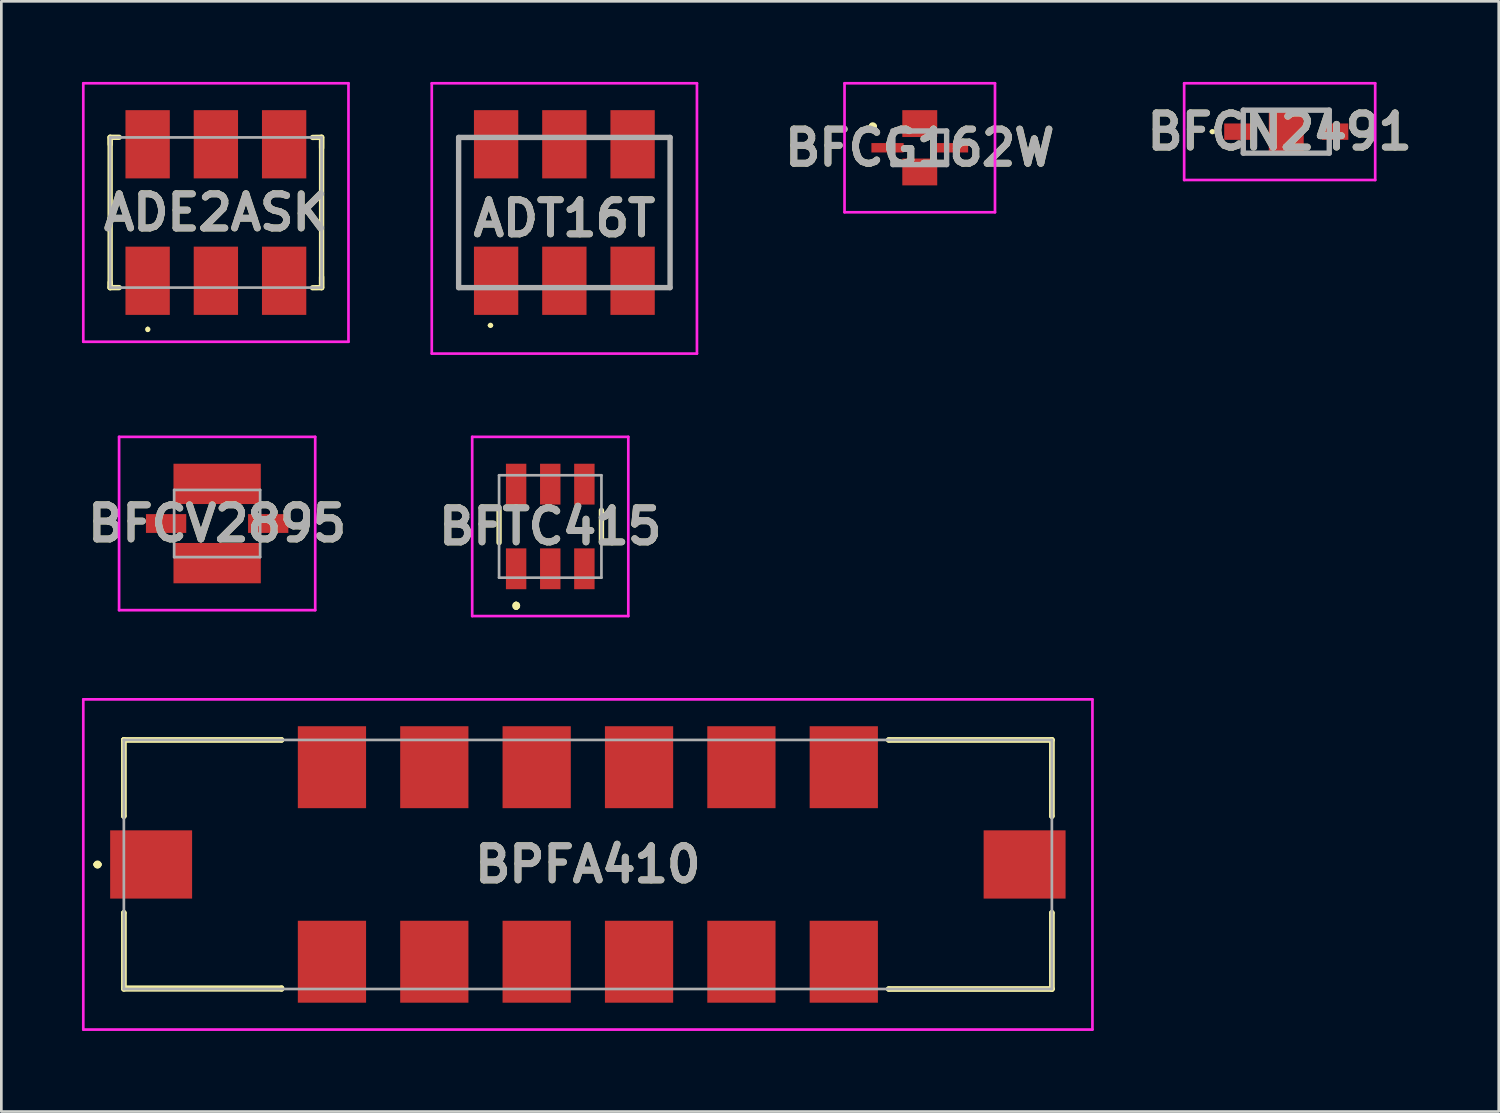
<source format=kicad_pcb>
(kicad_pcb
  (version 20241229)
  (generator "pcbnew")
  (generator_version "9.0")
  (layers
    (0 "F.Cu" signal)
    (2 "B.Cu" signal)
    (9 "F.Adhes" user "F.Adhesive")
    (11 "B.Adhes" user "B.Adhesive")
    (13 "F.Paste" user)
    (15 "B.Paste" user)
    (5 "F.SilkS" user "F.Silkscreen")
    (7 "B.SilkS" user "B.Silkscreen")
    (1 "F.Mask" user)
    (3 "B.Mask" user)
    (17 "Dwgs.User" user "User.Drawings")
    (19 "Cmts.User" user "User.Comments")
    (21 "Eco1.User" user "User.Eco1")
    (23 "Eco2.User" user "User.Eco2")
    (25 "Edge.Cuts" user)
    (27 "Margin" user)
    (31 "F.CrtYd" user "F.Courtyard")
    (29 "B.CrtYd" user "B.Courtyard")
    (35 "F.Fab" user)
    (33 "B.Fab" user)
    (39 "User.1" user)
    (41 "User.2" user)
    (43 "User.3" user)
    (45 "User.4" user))
  (footprint "BFCV2895"
    (layer "F.Cu")
    (at 5.032 16.435)
    (property "Reference" "BFCV2895" (at 0 0 0) (layer "F.SilkS") (effects (font (size 1.27 1.27) (thickness 0.254))))
    (attr smd)
    (fp_line (start -3.2 0) (end -3.2 0) (stroke (width 0.1) (type solid)) (layer "F.SilkS"))
    (fp_line (start -3.1 0) (end -3.1 0) (stroke (width 0.1) (type solid)) (layer "F.SilkS"))
    (fp_arc (start -3.2 0) (mid -3.15 -0.05) (end -3.1 0) (stroke (width 0.1) (type solid)) (layer "F.SilkS"))
    (fp_arc (start -3.1 0) (mid -3.15 0.05) (end -3.2 0) (stroke (width 0.1) (type solid)) (layer "F.SilkS"))
    (fp_line (start -3.65 -3.225) (end 3.65 -3.225) (stroke (width 0.1) (type solid)) (layer "F.CrtYd"))
    (fp_line (start -3.65 3.225) (end -3.65 -3.225) (stroke (width 0.1) (type solid)) (layer "F.CrtYd"))
    (fp_line (start 3.65 -3.225) (end 3.65 3.225) (stroke (width 0.1) (type solid)) (layer "F.CrtYd"))
    (fp_line (start 3.65 3.225) (end -3.65 3.225) (stroke (width 0.1) (type solid)) (layer "F.CrtYd"))
    (fp_line (start -1.6 -1.25) (end 1.6 -1.25) (stroke (width 0.1) (type solid)) (layer "F.Fab"))
    (fp_line (start -1.6 1.25) (end -1.6 -1.25) (stroke (width 0.1) (type solid)) (layer "F.Fab"))
    (fp_line (start 1.6 -1.25) (end 1.6 1.25) (stroke (width 0.1) (type solid)) (layer "F.Fab"))
    (fp_line (start 1.6 1.25) (end -1.6 1.25) (stroke (width 0.1) (type solid)) (layer "F.Fab"))
    (fp_text user "${REFERENCE}" (at 0 0 0) (layer "F.Fab") (effects (font (size 1.27 1.27) (thickness 0.254))))
    (pad "1" smd rect (at -1.9 0 90) (size 0.7 1.5) (layers "F.Cu" "F.Mask" "F.Paste"))
    (pad "2" smd rect (at 0 1.475 90) (size 1.5 3.25) (layers "F.Cu" "F.Mask" "F.Paste"))
    (pad "3" smd rect (at 1.9 0 90) (size 0.7 1.5) (layers "F.Cu" "F.Mask" "F.Paste"))
    (pad "4" smd rect (at 0 -1.475 90) (size 1.5 3.25) (layers "F.Cu" "F.Mask" "F.Paste")))
  (footprint "ADT16T"
    (layer "F.Cu")
    (at 17.955 4.86)
    (property "Reference" "ADT16T" (at 0 0.22 0) (layer "F.SilkS") (effects (font (size 1.27 1.27) (thickness 0.254))))
    (attr smd)
    (fp_line (start -3.935 -2.8) (end -3.935 2.8) (stroke (width 0.1) (type solid)) (layer "F.SilkS"))
    (fp_line (start -3.935 2.8) (end -3.6 2.8) (stroke (width 0.1) (type solid)) (layer "F.SilkS"))
    (fp_line (start -3.6 -2.8) (end -3.935 -2.8) (stroke (width 0.1) (type solid)) (layer "F.SilkS"))
    (fp_line (start -2.8 4.2) (end -2.8 4.2) (stroke (width 0.1) (type solid)) (layer "F.SilkS"))
    (fp_line (start -2.7 4.2) (end -2.7 4.2) (stroke (width 0.1) (type solid)) (layer "F.SilkS"))
    (fp_line (start 3.6 -2.8) (end 3.935 -2.8) (stroke (width 0.1) (type solid)) (layer "F.SilkS"))
    (fp_line (start 3.935 -2.8) (end 3.935 2.8) (stroke (width 0.1) (type solid)) (layer "F.SilkS"))
    (fp_line (start 3.935 2.8) (end 3.6 2.8) (stroke (width 0.1) (type solid)) (layer "F.SilkS"))
    (fp_arc (start -2.8 4.2) (mid -2.75 4.15) (end -2.7 4.2) (stroke (width 0.1) (type solid)) (layer "F.SilkS"))
    (fp_arc (start -2.7 4.2) (mid -2.75 4.25) (end -2.8 4.2) (stroke (width 0.1) (type solid)) (layer "F.SilkS"))
    (fp_line (start -4.935 -4.81) (end 4.935 -4.81) (stroke (width 0.1) (type solid)) (layer "F.CrtYd"))
    (fp_line (start -4.935 5.25) (end -4.935 -4.81) (stroke (width 0.1) (type solid)) (layer "F.CrtYd"))
    (fp_line (start 4.935 -4.81) (end 4.935 5.25) (stroke (width 0.1) (type solid)) (layer "F.CrtYd"))
    (fp_line (start 4.935 5.25) (end -4.935 5.25) (stroke (width 0.1) (type solid)) (layer "F.CrtYd"))
    (fp_line (start -3.935 -2.795) (end 3.935 -2.795) (stroke (width 0.2) (type solid)) (layer "F.Fab"))
    (fp_line (start -3.935 2.795) (end -3.935 -2.795) (stroke (width 0.2) (type solid)) (layer "F.Fab"))
    (fp_line (start 3.935 -2.795) (end 3.935 2.795) (stroke (width 0.2) (type solid)) (layer "F.Fab"))
    (fp_line (start 3.935 2.795) (end -3.935 2.795) (stroke (width 0.2) (type solid)) (layer "F.Fab"))
    (fp_text user "${REFERENCE}" (at 0 0.22 0) (layer "F.Fab") (effects (font (size 1.27 1.27) (thickness 0.254))))
    (pad "1" smd rect (at -2.54 2.54) (size 1.65 2.54) (layers "F.Cu" "F.Mask" "F.Paste"))
    (pad "2" smd rect (at 0 2.54) (size 1.65 2.54) (layers "F.Cu" "F.Mask" "F.Paste"))
    (pad "3" smd rect (at 2.54 2.54) (size 1.65 2.54) (layers "F.Cu" "F.Mask" "F.Paste"))
    (pad "4" smd rect (at 2.54 -2.54) (size 1.65 2.54) (layers "F.Cu" "F.Mask" "F.Paste"))
    (pad "5" smd rect (at 0 -2.54) (size 1.65 2.54) (layers "F.Cu" "F.Mask" "F.Paste"))
    (pad "6" smd rect (at -2.54 -2.54) (size 1.65 2.54) (layers "F.Cu" "F.Mask" "F.Paste")))
  (footprint "BPFA410"
    (layer "F.Cu")
    (at 18.83 29.125)
    (property "Reference" "BPFA410" (at 0 0 0) (layer "F.SilkS") (effects (font (size 1.27 1.27) (thickness 0.254))))
    (attr smd)
    (fp_line (start -18.3 0) (end -18.3 0) (stroke (width 0.2) (type solid)) (layer "F.SilkS"))
    (fp_line (start -18.3 0) (end -18.3 0) (stroke (width 0.2) (type solid)) (layer "F.SilkS"))
    (fp_line (start -18.2 0) (end -18.2 0) (stroke (width 0.2) (type solid)) (layer "F.SilkS"))
    (fp_line (start -17.27 -4.635) (end -17.27 -4.635) (stroke (width 0.2) (type solid)) (layer "F.SilkS"))
    (fp_line (start -17.27 -4.635) (end -17.27 -4.635) (stroke (width 0.2) (type solid)) (layer "F.SilkS"))
    (fp_line (start -17.27 -4.635) (end -17.27 -1.8) (stroke (width 0.2) (type solid)) (layer "F.SilkS"))
    (fp_line (start -17.27 -4.635) (end -11.4 -4.635) (stroke (width 0.2) (type solid)) (layer "F.SilkS"))
    (fp_line (start -17.27 -1.8) (end -17.27 -4.635) (stroke (width 0.2) (type solid)) (layer "F.SilkS"))
    (fp_line (start -17.27 -1.8) (end -17.27 -1.8) (stroke (width 0.2) (type solid)) (layer "F.SilkS"))
    (fp_line (start -17.27 1.8) (end -17.27 1.8) (stroke (width 0.2) (type solid)) (layer "F.SilkS"))
    (fp_line (start -17.27 1.8) (end -17.27 4.6) (stroke (width 0.2) (type solid)) (layer "F.SilkS"))
    (fp_line (start -17.27 4.6) (end -17.27 1.8) (stroke (width 0.2) (type solid)) (layer "F.SilkS"))
    (fp_line (start -17.27 4.6) (end -17.27 4.6) (stroke (width 0.2) (type solid)) (layer "F.SilkS"))
    (fp_line (start -17.27 4.6) (end -11.4 4.6) (stroke (width 0.2) (type solid)) (layer "F.SilkS"))
    (fp_line (start -17.27 4.635) (end -17.27 4.6) (stroke (width 0.2) (type solid)) (layer "F.SilkS"))
    (fp_line (start -11.4 -4.635) (end -17.27 -4.635) (stroke (width 0.2) (type solid)) (layer "F.SilkS"))
    (fp_line (start -11.4 -4.635) (end -11.4 -4.635) (stroke (width 0.2) (type solid)) (layer "F.SilkS"))
    (fp_line (start -11.4 4.6) (end -11.4 4.635) (stroke (width 0.2) (type solid)) (layer "F.SilkS"))
    (fp_line (start -11.4 4.635) (end -17.27 4.635) (stroke (width 0.2) (type solid)) (layer "F.SilkS"))
    (fp_line (start 11.2 -4.635) (end 11.2 -4.635) (stroke (width 0.2) (type solid)) (layer "F.SilkS"))
    (fp_line (start 11.2 -4.635) (end 17.27 -4.635) (stroke (width 0.2) (type solid)) (layer "F.SilkS"))
    (fp_line (start 11.2 4.635) (end 11.2 4.635) (stroke (width 0.2) (type solid)) (layer "F.SilkS"))
    (fp_line (start 11.2 4.635) (end 17.27 4.635) (stroke (width 0.2) (type solid)) (layer "F.SilkS"))
    (fp_line (start 17.27 -4.635) (end 11.2 -4.635) (stroke (width 0.2) (type solid)) (layer "F.SilkS"))
    (fp_line (start 17.27 -4.635) (end 17.27 -4.635) (stroke (width 0.2) (type solid)) (layer "F.SilkS"))
    (fp_line (start 17.27 -4.635) (end 17.27 -4.635) (stroke (width 0.2) (type solid)) (layer "F.SilkS"))
    (fp_line (start 17.27 -4.635) (end 17.27 -1.8) (stroke (width 0.2) (type solid)) (layer "F.SilkS"))
    (fp_line (start 17.27 -1.8) (end 17.27 -4.635) (stroke (width 0.2) (type solid)) (layer "F.SilkS"))
    (fp_line (start 17.27 -1.8) (end 17.27 -1.8) (stroke (width 0.2) (type solid)) (layer "F.SilkS"))
    (fp_line (start 17.27 1.8) (end 17.27 1.8) (stroke (width 0.2) (type solid)) (layer "F.SilkS"))
    (fp_line (start 17.27 1.8) (end 17.27 4.635) (stroke (width 0.2) (type solid)) (layer "F.SilkS"))
    (fp_line (start 17.27 4.635) (end 11.2 4.635) (stroke (width 0.2) (type solid)) (layer "F.SilkS"))
    (fp_line (start 17.27 4.635) (end 17.27 1.8) (stroke (width 0.2) (type solid)) (layer "F.SilkS"))
    (fp_line (start 17.27 4.635) (end 17.27 4.635) (stroke (width 0.2) (type solid)) (layer "F.SilkS"))
    (fp_line (start 17.27 4.635) (end 17.27 4.635) (stroke (width 0.2) (type solid)) (layer "F.SilkS"))
    (fp_arc (start -18.3 0) (mid -18.25 -0.05) (end -18.2 0) (stroke (width 0.2) (type solid)) (layer "F.SilkS"))
    (fp_arc (start -18.2 0) (mid -18.25 0.05) (end -18.3 0) (stroke (width 0.2) (type solid)) (layer "F.SilkS"))
    (fp_arc (start -18.2 0) (mid -18.25 0.05) (end -18.3 0) (stroke (width 0.2) (type solid)) (layer "F.SilkS"))
    (fp_line (start -18.78 -6.145) (end 18.78 -6.145) (stroke (width 0.1) (type solid)) (layer "F.CrtYd"))
    (fp_line (start -18.78 6.145) (end -18.78 -6.145) (stroke (width 0.1) (type solid)) (layer "F.CrtYd"))
    (fp_line (start 18.78 -6.145) (end 18.78 6.145) (stroke (width 0.1) (type solid)) (layer "F.CrtYd"))
    (fp_line (start 18.78 6.145) (end -18.78 6.145) (stroke (width 0.1) (type solid)) (layer "F.CrtYd"))
    (fp_line (start -17.27 -4.635) (end -17.27 4.635) (stroke (width 0.1) (type solid)) (layer "F.Fab"))
    (fp_line (start -17.27 4.635) (end 17.27 4.635) (stroke (width 0.1) (type solid)) (layer "F.Fab"))
    (fp_line (start 17.27 -4.635) (end -17.27 -4.635) (stroke (width 0.1) (type solid)) (layer "F.Fab"))
    (fp_line (start 17.27 4.635) (end 17.27 -4.635) (stroke (width 0.1) (type solid)) (layer "F.Fab"))
    (fp_text user "${REFERENCE}" (at 0 0 0) (layer "F.Fab") (effects (font (size 1.27 1.27) (thickness 0.254))))
    (pad "1" smd rect (at -16.255 0 90) (size 2.54 3.05) (layers "F.Cu" "F.Mask" "F.Paste"))
    (pad "2" smd rect (at -9.525 3.62) (size 2.54 3.05) (layers "F.Cu" "F.Mask" "F.Paste"))
    (pad "3" smd rect (at -5.715 3.62) (size 2.54 3.05) (layers "F.Cu" "F.Mask" "F.Paste"))
    (pad "4" smd rect (at -1.905 3.62) (size 2.54 3.05) (layers "F.Cu" "F.Mask" "F.Paste"))
    (pad "5" smd rect (at 1.905 3.62) (size 2.54 3.05) (layers "F.Cu" "F.Mask" "F.Paste"))
    (pad "6" smd rect (at 5.715 3.62) (size 2.54 3.05) (layers "F.Cu" "F.Mask" "F.Paste"))
    (pad "7" smd rect (at 9.525 3.62) (size 2.54 3.05) (layers "F.Cu" "F.Mask" "F.Paste"))
    (pad "8" smd rect (at 16.255 0 90) (size 2.54 3.05) (layers "F.Cu" "F.Mask" "F.Paste"))
    (pad "9" smd rect (at 9.525 -3.62) (size 2.54 3.05) (layers "F.Cu" "F.Mask" "F.Paste"))
    (pad "10" smd rect (at 5.715 -3.62) (size 2.54 3.05) (layers "F.Cu" "F.Mask" "F.Paste"))
    (pad "11" smd rect (at 1.905 -3.62) (size 2.54 3.05) (layers "F.Cu" "F.Mask" "F.Paste"))
    (pad "12" smd rect (at -1.905 -3.62) (size 2.54 3.05) (layers "F.Cu" "F.Mask" "F.Paste"))
    (pad "13" smd rect (at -5.715 -3.62) (size 2.54 3.05) (layers "F.Cu" "F.Mask" "F.Paste"))
    (pad "14" smd rect (at -9.525 -3.62) (size 2.54 3.05) (layers "F.Cu" "F.Mask" "F.Paste")))
  (footprint "ADE2ASK"
    (layer "F.Cu")
    (at 4.985 4.86)
    (property "Reference" "ADE2ASK" (at 0 0 0) (layer "F.SilkS") (effects (font (size 1.27 1.27) (thickness 0.254))))
    (attr smd)
    (fp_line (start -3.935 -2.8) (end -3.935 -2.54) (stroke (width 0.2) (type solid)) (layer "F.SilkS"))
    (fp_line (start -3.935 -2.795) (end -3.935 2.795) (stroke (width 0.2) (type solid)) (layer "F.SilkS"))
    (fp_line (start -3.935 2.795) (end -3.935 2.6) (stroke (width 0.2) (type solid)) (layer "F.SilkS"))
    (fp_line (start -3.6 -2.8) (end -3.935 -2.8) (stroke (width 0.2) (type solid)) (layer "F.SilkS"))
    (fp_line (start -3.6 2.795) (end -3.935 2.795) (stroke (width 0.2) (type solid)) (layer "F.SilkS"))
    (fp_line (start -2.535 4.3) (end -2.535 4.3) (stroke (width 0.1) (type solid)) (layer "F.SilkS"))
    (fp_line (start -2.535 4.4) (end -2.535 4.4) (stroke (width 0.1) (type solid)) (layer "F.SilkS"))
    (fp_line (start 3.6 -2.795) (end 3.935 -2.8) (stroke (width 0.2) (type solid)) (layer "F.SilkS"))
    (fp_line (start 3.6 2.8) (end 3.935 2.795) (stroke (width 0.2) (type solid)) (layer "F.SilkS"))
    (fp_line (start 3.935 -2.8) (end 3.935 -2.4) (stroke (width 0.2) (type solid)) (layer "F.SilkS"))
    (fp_line (start 3.935 -2.795) (end 3.935 2.795) (stroke (width 0.2) (type solid)) (layer "F.SilkS"))
    (fp_line (start 3.935 2.795) (end 3.935 2.4) (stroke (width 0.2) (type solid)) (layer "F.SilkS"))
    (fp_arc (start -2.535 4.3) (mid -2.485 4.35) (end -2.535 4.4) (stroke (width 0.1) (type solid)) (layer "F.SilkS"))
    (fp_arc (start -2.535 4.4) (mid -2.585 4.35) (end -2.535 4.3) (stroke (width 0.1) (type solid)) (layer "F.SilkS"))
    (fp_line (start -4.935 -4.81) (end 4.935 -4.81) (stroke (width 0.1) (type solid)) (layer "F.CrtYd"))
    (fp_line (start -4.935 4.81) (end -4.935 -4.81) (stroke (width 0.1) (type solid)) (layer "F.CrtYd"))
    (fp_line (start 4.935 -4.81) (end 4.935 4.81) (stroke (width 0.1) (type solid)) (layer "F.CrtYd"))
    (fp_line (start 4.935 4.81) (end -4.935 4.81) (stroke (width 0.1) (type solid)) (layer "F.CrtYd"))
    (fp_line (start -3.935 -2.795) (end 3.935 -2.795) (stroke (width 0.1) (type solid)) (layer "F.Fab"))
    (fp_line (start -3.935 2.795) (end -3.935 -2.795) (stroke (width 0.1) (type solid)) (layer "F.Fab"))
    (fp_line (start 3.935 -2.795) (end 3.935 2.795) (stroke (width 0.1) (type solid)) (layer "F.Fab"))
    (fp_line (start 3.935 2.795) (end -3.935 2.795) (stroke (width 0.1) (type solid)) (layer "F.Fab"))
    (fp_text user "${REFERENCE}" (at 0 0 0) (layer "F.Fab") (effects (font (size 1.27 1.27) (thickness 0.254))))
    (pad "1" smd rect (at -2.54 2.54) (size 1.65 2.54) (layers "F.Cu" "F.Mask" "F.Paste"))
    (pad "2" smd rect (at 0 2.54) (size 1.65 2.54) (layers "F.Cu" "F.Mask" "F.Paste"))
    (pad "3" smd rect (at 2.54 2.54) (size 1.65 2.54) (layers "F.Cu" "F.Mask" "F.Paste"))
    (pad "4" smd rect (at 2.54 -2.54) (size 1.65 2.54) (layers "F.Cu" "F.Mask" "F.Paste"))
    (pad "5" smd rect (at 0 -2.54) (size 1.65 2.54) (layers "F.Cu" "F.Mask" "F.Paste"))
    (pad "6" smd rect (at -2.54 -2.54) (size 1.65 2.54) (layers "F.Cu" "F.Mask" "F.Paste")))
  (footprint "BFTC415"
    (layer "F.Cu")
    (at 17.43 16.545)
    (property "Reference" "BFTC415" (at 0 0 0) (layer "F.SilkS") (effects (font (size 1.27 1.27) (thickness 0.254))))
    (attr smd)
    (fp_line (start -1.905 -0.6) (end -1.905 0.6) (stroke (width 0.2) (type solid)) (layer "F.SilkS"))
    (fp_line (start -1.27 2.9) (end -1.27 2.9) (stroke (width 0.2) (type solid)) (layer "F.SilkS"))
    (fp_line (start -1.27 3) (end -1.27 3) (stroke (width 0.2) (type solid)) (layer "F.SilkS"))
    (fp_line (start -1.27 3) (end -1.27 3) (stroke (width 0.2) (type solid)) (layer "F.SilkS"))
    (fp_line (start 1.905 -0.6) (end 1.905 0.6) (stroke (width 0.2) (type solid)) (layer "F.SilkS"))
    (fp_arc (start -1.27 2.9) (mid -1.22 2.95) (end -1.27 3) (stroke (width 0.2) (type solid)) (layer "F.SilkS"))
    (fp_arc (start -1.27 2.9) (mid -1.22 2.95) (end -1.27 3) (stroke (width 0.2) (type solid)) (layer "F.SilkS"))
    (fp_arc (start -1.27 3) (mid -1.32 2.95) (end -1.27 2.9) (stroke (width 0.2) (type solid)) (layer "F.SilkS"))
    (fp_line (start -2.905 -3.335) (end 2.905 -3.335) (stroke (width 0.1) (type solid)) (layer "F.CrtYd"))
    (fp_line (start -2.905 3.335) (end -2.905 -3.335) (stroke (width 0.1) (type solid)) (layer "F.CrtYd"))
    (fp_line (start 2.905 -3.335) (end 2.905 3.335) (stroke (width 0.1) (type solid)) (layer "F.CrtYd"))
    (fp_line (start 2.905 3.335) (end -2.905 3.335) (stroke (width 0.1) (type solid)) (layer "F.CrtYd"))
    (fp_line (start -1.905 -1.905) (end 1.905 -1.905) (stroke (width 0.1) (type solid)) (layer "F.Fab"))
    (fp_line (start -1.905 1.905) (end -1.905 -1.905) (stroke (width 0.1) (type solid)) (layer "F.Fab"))
    (fp_line (start 1.905 -1.905) (end 1.905 1.905) (stroke (width 0.1) (type solid)) (layer "F.Fab"))
    (fp_line (start 1.905 1.905) (end -1.905 1.905) (stroke (width 0.1) (type solid)) (layer "F.Fab"))
    (fp_text user "${REFERENCE}" (at 0 0 0) (layer "F.Fab") (effects (font (size 1.27 1.27) (thickness 0.254))))
    (pad "1" smd rect (at -1.27 1.575) (size 0.76 1.52) (layers "F.Cu" "F.Mask" "F.Paste"))
    (pad "2" smd rect (at 0 1.575) (size 0.76 1.52) (layers "F.Cu" "F.Mask" "F.Paste"))
    (pad "3" smd rect (at 1.27 1.575) (size 0.76 1.52) (layers "F.Cu" "F.Mask" "F.Paste"))
    (pad "4" smd rect (at 1.27 -1.575) (size 0.76 1.52) (layers "F.Cu" "F.Mask" "F.Paste"))
    (pad "5" smd rect (at 0 -1.575) (size 0.76 1.52) (layers "F.Cu" "F.Mask" "F.Paste"))
    (pad "6" smd rect (at -1.27 -1.575) (size 0.76 1.52) (layers "F.Cu" "F.Mask" "F.Paste")))
  (footprint "BFCN2491"
    (layer "F.Cu")
    (at 44.824 1.85)
    (property "Reference" "BFCN2491" (at -0.245 0 0) (layer "F.SilkS") (effects (font (size 1.27 1.27) (thickness 0.254))))
    (attr smd)
    (fp_line (start -2.8 0) (end -2.8 0) (stroke (width 0.1) (type solid)) (layer "F.SilkS"))
    (fp_line (start -2.7 0) (end -2.7 0) (stroke (width 0.1) (type solid)) (layer "F.SilkS"))
    (fp_arc (start -2.8 0) (mid -2.75 -0.05) (end -2.7 0) (stroke (width 0.1) (type solid)) (layer "F.SilkS"))
    (fp_arc (start -2.7 0) (mid -2.75 0.05) (end -2.8 0) (stroke (width 0.1) (type solid)) (layer "F.SilkS"))
    (fp_line (start -3.8 -1.8) (end 3.31 -1.8) (stroke (width 0.1) (type solid)) (layer "F.CrtYd"))
    (fp_line (start -3.8 1.8) (end -3.8 -1.8) (stroke (width 0.1) (type solid)) (layer "F.CrtYd"))
    (fp_line (start 3.31 -1.8) (end 3.31 1.8) (stroke (width 0.1) (type solid)) (layer "F.CrtYd"))
    (fp_line (start 3.31 1.8) (end -3.8 1.8) (stroke (width 0.1) (type solid)) (layer "F.CrtYd"))
    (fp_line (start -1.6 -0.8) (end 1.6 -0.8) (stroke (width 0.2) (type solid)) (layer "F.Fab"))
    (fp_line (start -1.6 0.8) (end -1.6 -0.8) (stroke (width 0.2) (type solid)) (layer "F.Fab"))
    (fp_line (start 1.6 -0.8) (end 1.6 0.8) (stroke (width 0.2) (type solid)) (layer "F.Fab"))
    (fp_line (start 1.6 0.8) (end -1.6 0.8) (stroke (width 0.2) (type solid)) (layer "F.Fab"))
    (fp_text user "${REFERENCE}" (at -0.245 0 0) (layer "F.Fab") (effects (font (size 1.27 1.27) (thickness 0.254))))
    (pad "1" smd rect (at -1.815 0 90) (size 0.61 0.99) (layers "F.Cu" "F.Mask" "F.Paste"))
    (pad "2" smd rect (at 0 0) (size 1.3 1.6) (layers "F.Cu" "F.Mask" "F.Paste"))
    (pad "3" smd rect (at 1.815 0 90) (size 0.61 0.99) (layers "F.Cu" "F.Mask" "F.Paste")))
  (footprint "BFCG162W"
    (layer "F.Cu")
    (at 31.183 2.45)
    (property "Reference" "BFCG162W" (at 0 0 0) (layer "F.SilkS") (effects (font (size 1.27 1.27) (thickness 0.254))))
    (attr smd)
    (fp_line (start -1.8 -0.8) (end -1.8 -0.8) (stroke (width 0.2) (type solid)) (layer "F.SilkS"))
    (fp_line (start -1.8 -0.8) (end -1.8 -0.8) (stroke (width 0.2) (type solid)) (layer "F.SilkS"))
    (fp_line (start -1.7 -0.8) (end -1.7 -0.8) (stroke (width 0.2) (type solid)) (layer "F.SilkS"))
    (fp_arc (start -1.8 -0.8) (mid -1.75 -0.85) (end -1.7 -0.8) (stroke (width 0.2) (type solid)) (layer "F.SilkS"))
    (fp_arc (start -1.7 -0.8) (mid -1.75 -0.75) (end -1.8 -0.8) (stroke (width 0.2) (type solid)) (layer "F.SilkS"))
    (fp_arc (start -1.7 -0.8) (mid -1.75 -0.75) (end -1.8 -0.8) (stroke (width 0.2) (type solid)) (layer "F.SilkS"))
    (fp_line (start -2.8 -2.4) (end 2.8 -2.4) (stroke (width 0.1) (type solid)) (layer "F.CrtYd"))
    (fp_line (start -2.8 2.4) (end -2.8 -2.4) (stroke (width 0.1) (type solid)) (layer "F.CrtYd"))
    (fp_line (start 2.8 -2.4) (end 2.8 2.4) (stroke (width 0.1) (type solid)) (layer "F.CrtYd"))
    (fp_line (start 2.8 2.4) (end -2.8 2.4) (stroke (width 0.1) (type solid)) (layer "F.CrtYd"))
    (fp_line (start -1 -0.625) (end -1 0.625) (stroke (width 0.2) (type solid)) (layer "F.Fab"))
    (fp_line (start -1 0.625) (end 1 0.625) (stroke (width 0.2) (type solid)) (layer "F.Fab"))
    (fp_line (start 1 -0.625) (end -1 -0.625) (stroke (width 0.2) (type solid)) (layer "F.Fab"))
    (fp_line (start 1 0.625) (end 1 -0.625) (stroke (width 0.2) (type solid)) (layer "F.Fab"))
    (fp_text user "${REFERENCE}" (at 0 0 0) (layer "F.Fab") (effects (font (size 1.27 1.27) (thickness 0.254))))
    (pad "1" smd rect (at -1.2 0 90) (size 0.35 1.2) (layers "F.Cu" "F.Mask" "F.Paste"))
    (pad "2" smd rect (at 0 0.9 90) (size 1 1.3) (layers "F.Cu" "F.Mask" "F.Paste"))
    (pad "3" smd rect (at 1.2 0 90) (size 0.35 1.2) (layers "F.Cu" "F.Mask" "F.Paste"))
    (pad "4" smd rect (at 0 -0.9 90) (size 1 1.3) (layers "F.Cu" "F.Mask" "F.Paste")))
  (gr_rect
    (start -3 -3)
    (end 52.732 38.32)
    (stroke (width 0.1) (type default))
    (fill no)
    (layer "Edge.Cuts")))
</source>
